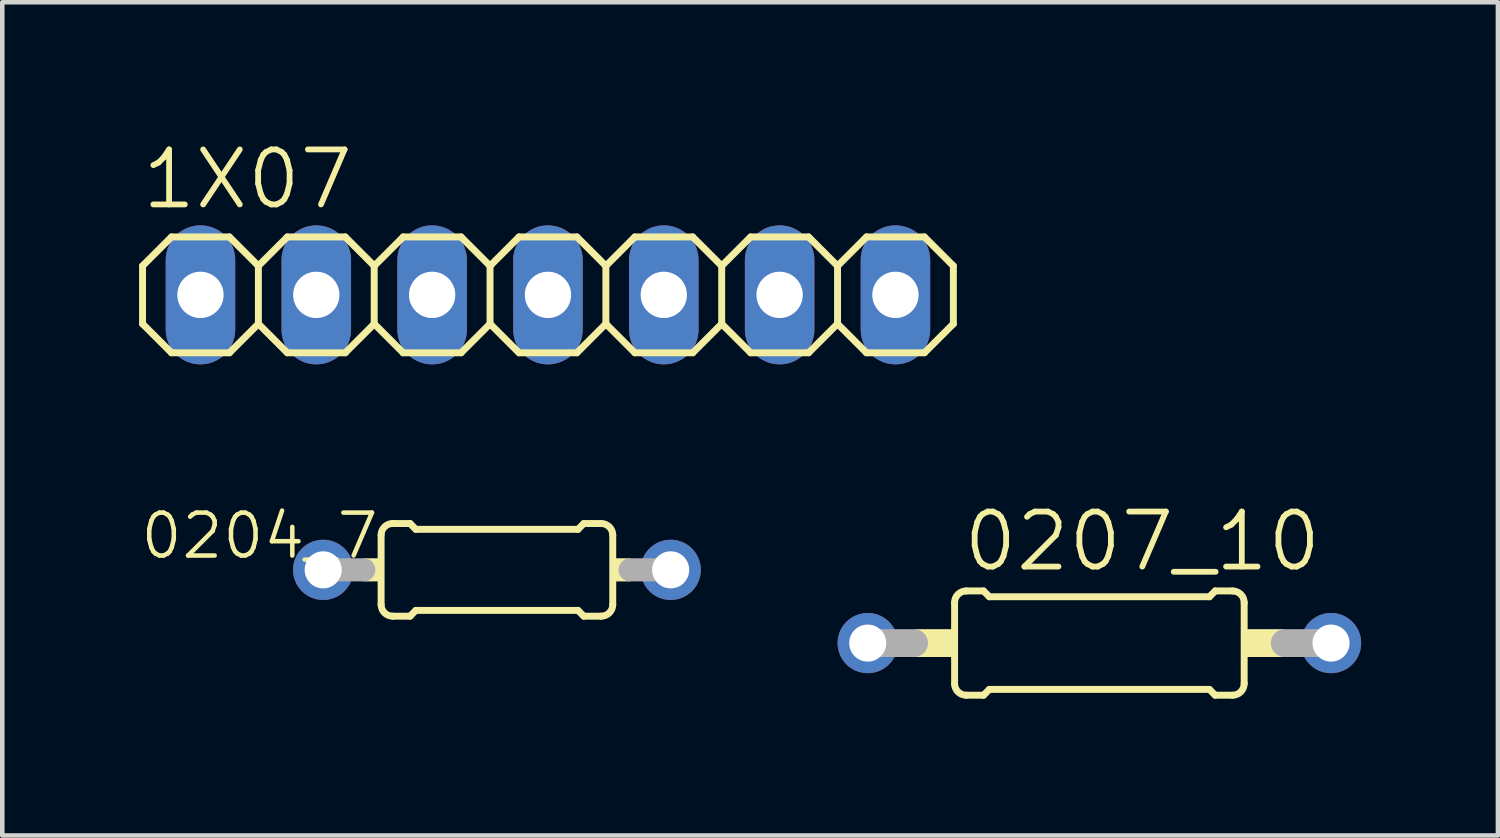
<source format=kicad_pcb>
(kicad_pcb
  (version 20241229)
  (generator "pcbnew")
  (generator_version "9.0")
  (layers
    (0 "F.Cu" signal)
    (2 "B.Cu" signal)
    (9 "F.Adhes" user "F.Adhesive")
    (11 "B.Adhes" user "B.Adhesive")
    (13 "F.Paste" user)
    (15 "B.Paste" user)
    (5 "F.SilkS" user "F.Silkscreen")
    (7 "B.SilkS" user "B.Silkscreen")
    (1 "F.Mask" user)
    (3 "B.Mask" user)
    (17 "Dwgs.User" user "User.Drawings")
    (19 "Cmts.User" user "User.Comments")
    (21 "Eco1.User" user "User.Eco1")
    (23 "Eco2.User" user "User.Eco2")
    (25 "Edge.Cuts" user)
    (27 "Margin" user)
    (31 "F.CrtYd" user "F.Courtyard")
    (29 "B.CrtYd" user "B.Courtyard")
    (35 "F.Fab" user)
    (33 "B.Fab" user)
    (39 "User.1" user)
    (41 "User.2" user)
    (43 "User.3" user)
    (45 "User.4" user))
  (footprint "1X07"
    (layer "F.Cu")
    (at 8.966 3.416)
    (property "Reference" "1X07" (at -8.966 -1.829 0) (layer "F.SilkS") (effects (font (size 1.206 1.206) (thickness 0.127)) (justify left bottom)))
    (attr through_hole)
    (fp_line (start -8.89 -0.635) (end -8.89 0.635) (stroke (width 0.152) (type solid)) (layer "F.SilkS"))
    (fp_line (start -8.89 0.635) (end -8.255 1.27) (stroke (width 0.152) (type solid)) (layer "F.SilkS"))
    (fp_line (start -8.255 -1.27) (end -8.89 -0.635) (stroke (width 0.152) (type solid)) (layer "F.SilkS"))
    (fp_line (start -8.255 -1.27) (end -6.985 -1.27) (stroke (width 0.152) (type solid)) (layer "F.SilkS"))
    (fp_line (start -6.985 -1.27) (end -6.35 -0.635) (stroke (width 0.152) (type solid)) (layer "F.SilkS"))
    (fp_line (start -6.985 1.27) (end -8.255 1.27) (stroke (width 0.152) (type solid)) (layer "F.SilkS"))
    (fp_line (start -6.35 -0.635) (end -6.35 0.635) (stroke (width 0.152) (type solid)) (layer "F.SilkS"))
    (fp_line (start -6.35 -0.635) (end -5.715 -1.27) (stroke (width 0.152) (type solid)) (layer "F.SilkS"))
    (fp_line (start -6.35 0.635) (end -6.985 1.27) (stroke (width 0.152) (type solid)) (layer "F.SilkS"))
    (fp_line (start -5.715 -1.27) (end -4.445 -1.27) (stroke (width 0.152) (type solid)) (layer "F.SilkS"))
    (fp_line (start -5.715 1.27) (end -6.35 0.635) (stroke (width 0.152) (type solid)) (layer "F.SilkS"))
    (fp_line (start -4.445 -1.27) (end -3.81 -0.635) (stroke (width 0.152) (type solid)) (layer "F.SilkS"))
    (fp_line (start -4.445 1.27) (end -5.715 1.27) (stroke (width 0.152) (type solid)) (layer "F.SilkS"))
    (fp_line (start -3.81 -0.635) (end -3.81 0.635) (stroke (width 0.152) (type solid)) (layer "F.SilkS"))
    (fp_line (start -3.81 -0.635) (end -3.175 -1.27) (stroke (width 0.152) (type solid)) (layer "F.SilkS"))
    (fp_line (start -3.81 0.635) (end -4.445 1.27) (stroke (width 0.152) (type solid)) (layer "F.SilkS"))
    (fp_line (start -3.175 -1.27) (end -1.905 -1.27) (stroke (width 0.152) (type solid)) (layer "F.SilkS"))
    (fp_line (start -3.175 1.27) (end -3.81 0.635) (stroke (width 0.152) (type solid)) (layer "F.SilkS"))
    (fp_line (start -1.905 -1.27) (end -1.27 -0.635) (stroke (width 0.152) (type solid)) (layer "F.SilkS"))
    (fp_line (start -1.905 1.27) (end -3.175 1.27) (stroke (width 0.152) (type solid)) (layer "F.SilkS"))
    (fp_line (start -1.27 -0.635) (end -1.27 0.635) (stroke (width 0.152) (type solid)) (layer "F.SilkS"))
    (fp_line (start -1.27 0.635) (end -1.905 1.27) (stroke (width 0.152) (type solid)) (layer "F.SilkS"))
    (fp_line (start -1.27 0.635) (end -0.635 1.27) (stroke (width 0.152) (type solid)) (layer "F.SilkS"))
    (fp_line (start -0.635 -1.27) (end -1.27 -0.635) (stroke (width 0.152) (type solid)) (layer "F.SilkS"))
    (fp_line (start -0.635 -1.27) (end 0.635 -1.27) (stroke (width 0.152) (type solid)) (layer "F.SilkS"))
    (fp_line (start 0.635 -1.27) (end 1.27 -0.635) (stroke (width 0.152) (type solid)) (layer "F.SilkS"))
    (fp_line (start 0.635 1.27) (end -0.635 1.27) (stroke (width 0.152) (type solid)) (layer "F.SilkS"))
    (fp_line (start 1.27 -0.635) (end 1.27 0.635) (stroke (width 0.152) (type solid)) (layer "F.SilkS"))
    (fp_line (start 1.27 -0.635) (end 1.905 -1.27) (stroke (width 0.152) (type solid)) (layer "F.SilkS"))
    (fp_line (start 1.27 0.635) (end 0.635 1.27) (stroke (width 0.152) (type solid)) (layer "F.SilkS"))
    (fp_line (start 1.905 -1.27) (end 3.175 -1.27) (stroke (width 0.152) (type solid)) (layer "F.SilkS"))
    (fp_line (start 1.905 1.27) (end 1.27 0.635) (stroke (width 0.152) (type solid)) (layer "F.SilkS"))
    (fp_line (start 3.175 -1.27) (end 3.81 -0.635) (stroke (width 0.152) (type solid)) (layer "F.SilkS"))
    (fp_line (start 3.175 1.27) (end 1.905 1.27) (stroke (width 0.152) (type solid)) (layer "F.SilkS"))
    (fp_line (start 3.81 -0.635) (end 3.81 0.635) (stroke (width 0.152) (type solid)) (layer "F.SilkS"))
    (fp_line (start 3.81 -0.635) (end 4.445 -1.27) (stroke (width 0.152) (type solid)) (layer "F.SilkS"))
    (fp_line (start 3.81 0.635) (end 3.175 1.27) (stroke (width 0.152) (type solid)) (layer "F.SilkS"))
    (fp_line (start 4.445 -1.27) (end 5.715 -1.27) (stroke (width 0.152) (type solid)) (layer "F.SilkS"))
    (fp_line (start 4.445 1.27) (end 3.81 0.635) (stroke (width 0.152) (type solid)) (layer "F.SilkS"))
    (fp_line (start 5.715 -1.27) (end 6.35 -0.635) (stroke (width 0.152) (type solid)) (layer "F.SilkS"))
    (fp_line (start 5.715 1.27) (end 4.445 1.27) (stroke (width 0.152) (type solid)) (layer "F.SilkS"))
    (fp_line (start 6.35 -0.635) (end 6.35 0.635) (stroke (width 0.152) (type solid)) (layer "F.SilkS"))
    (fp_line (start 6.35 0.635) (end 5.715 1.27) (stroke (width 0.152) (type solid)) (layer "F.SilkS"))
    (fp_line (start 6.35 0.635) (end 6.985 1.27) (stroke (width 0.152) (type solid)) (layer "F.SilkS"))
    (fp_line (start 6.985 -1.27) (end 6.35 -0.635) (stroke (width 0.152) (type solid)) (layer "F.SilkS"))
    (fp_line (start 6.985 -1.27) (end 8.255 -1.27) (stroke (width 0.152) (type solid)) (layer "F.SilkS"))
    (fp_line (start 8.255 -1.27) (end 8.89 -0.635) (stroke (width 0.152) (type solid)) (layer "F.SilkS"))
    (fp_line (start 8.255 1.27) (end 6.985 1.27) (stroke (width 0.152) (type solid)) (layer "F.SilkS"))
    (fp_line (start 8.89 -0.635) (end 8.89 0.635) (stroke (width 0.152) (type solid)) (layer "F.SilkS"))
    (fp_line (start 8.89 0.635) (end 8.255 1.27) (stroke (width 0.152) (type solid)) (layer "F.SilkS"))
    (fp_poly (pts (xy -7.874 0.254) (xy -7.366 0.254) (xy -7.366 -0.254) (xy -7.874 -0.254)) (stroke (width 0.1) (type solid)) (fill no) (layer "F.Fab"))
    (fp_poly (pts (xy -5.334 0.254) (xy -4.826 0.254) (xy -4.826 -0.254) (xy -5.334 -0.254)) (stroke (width 0.1) (type solid)) (fill no) (layer "F.Fab"))
    (fp_poly (pts (xy -2.794 0.254) (xy -2.286 0.254) (xy -2.286 -0.254) (xy -2.794 -0.254)) (stroke (width 0.1) (type solid)) (fill no) (layer "F.Fab"))
    (fp_poly (pts (xy -0.254 0.254) (xy 0.254 0.254) (xy 0.254 -0.254) (xy -0.254 -0.254)) (stroke (width 0.1) (type solid)) (fill no) (layer "F.Fab"))
    (fp_poly (pts (xy 2.286 0.254) (xy 2.794 0.254) (xy 2.794 -0.254) (xy 2.286 -0.254)) (stroke (width 0.1) (type solid)) (fill no) (layer "F.Fab"))
    (fp_poly (pts (xy 4.826 0.254) (xy 5.334 0.254) (xy 5.334 -0.254) (xy 4.826 -0.254)) (stroke (width 0.1) (type solid)) (fill no) (layer "F.Fab"))
    (fp_poly (pts (xy 7.366 0.254) (xy 7.874 0.254) (xy 7.874 -0.254) (xy 7.366 -0.254)) (stroke (width 0.1) (type solid)) (fill no) (layer "F.Fab"))
    (pad "1" thru_hole oval (at -7.62 0 90) (size 3.048 1.524) (drill 1.016) (layers "*.Cu" "*.Mask"))
    (pad "2" thru_hole oval (at -5.08 0 90) (size 3.048 1.524) (drill 1.016) (layers "*.Cu" "*.Mask"))
    (pad "3" thru_hole oval (at -2.54 0 90) (size 3.048 1.524) (drill 1.016) (layers "*.Cu" "*.Mask"))
    (pad "4" thru_hole oval (at 0 0 90) (size 3.048 1.524) (drill 1.016) (layers "*.Cu" "*.Mask"))
    (pad "5" thru_hole oval (at 2.54 0 90) (size 3.048 1.524) (drill 1.016) (layers "*.Cu" "*.Mask"))
    (pad "6" thru_hole oval (at 5.08 0 90) (size 3.048 1.524) (drill 1.016) (layers "*.Cu" "*.Mask"))
    (pad "7" thru_hole oval (at 7.62 0 90) (size 3.048 1.524) (drill 1.016) (layers "*.Cu" "*.Mask")))
  (footprint "0204_7"
    (layer "F.Cu")
    (at 7.847 9.446)
    (property "Reference" "0204_7" (at -2.54 -1.295 0) (layer "F.SilkS") (effects (font (size 0.941 0.941) (thickness 0.099)) (justify right top)))
    (attr through_hole)
    (fp_line (start -2.54 0.762) (end -2.54 -0.762) (stroke (width 0.152) (type solid)) (layer "F.SilkS"))
    (fp_line (start -2.286 -1.016) (end -1.905 -1.016) (stroke (width 0.152) (type solid)) (layer "F.SilkS"))
    (fp_line (start -2.286 1.016) (end -1.905 1.016) (stroke (width 0.152) (type solid)) (layer "F.SilkS"))
    (fp_line (start -1.778 -0.889) (end -1.905 -1.016) (stroke (width 0.152) (type solid)) (layer "F.SilkS"))
    (fp_line (start -1.778 0.889) (end -1.905 1.016) (stroke (width 0.152) (type solid)) (layer "F.SilkS"))
    (fp_line (start 1.778 -0.889) (end -1.778 -0.889) (stroke (width 0.152) (type solid)) (layer "F.SilkS"))
    (fp_line (start 1.778 -0.889) (end 1.905 -1.016) (stroke (width 0.152) (type solid)) (layer "F.SilkS"))
    (fp_line (start 1.778 0.889) (end -1.778 0.889) (stroke (width 0.152) (type solid)) (layer "F.SilkS"))
    (fp_line (start 1.778 0.889) (end 1.905 1.016) (stroke (width 0.152) (type solid)) (layer "F.SilkS"))
    (fp_line (start 2.286 -1.016) (end 1.905 -1.016) (stroke (width 0.152) (type solid)) (layer "F.SilkS"))
    (fp_line (start 2.286 1.016) (end 1.905 1.016) (stroke (width 0.152) (type solid)) (layer "F.SilkS"))
    (fp_line (start 2.54 0.762) (end 2.54 -0.762) (stroke (width 0.152) (type solid)) (layer "F.SilkS"))
    (fp_arc (start -2.54 -0.762) (mid -2.465605 -0.941605) (end -2.286 -1.016) (stroke (width 0.1524) (type solid)) (layer "F.SilkS"))
    (fp_arc (start -2.286 1.016) (mid -2.465605 0.941605) (end -2.54 0.762) (stroke (width 0.1524) (type solid)) (layer "F.SilkS"))
    (fp_arc (start 2.286 -1.016) (mid 2.465605 -0.941605) (end 2.54 -0.762) (stroke (width 0.1524) (type solid)) (layer "F.SilkS"))
    (fp_arc (start 2.54 0.762) (mid 2.465605 0.941605) (end 2.286 1.016) (stroke (width 0.1524) (type solid)) (layer "F.SilkS"))
    (fp_poly (pts (xy -2.921 0.254) (xy -2.54 0.254) (xy -2.54 -0.254) (xy -2.921 -0.254)) (stroke (width 0) (type solid)) (fill yes) (layer "F.SilkS"))
    (fp_poly (pts (xy 2.54 0.254) (xy 2.921 0.254) (xy 2.921 -0.254) (xy 2.54 -0.254)) (stroke (width 0) (type solid)) (fill yes) (layer "F.SilkS"))
    (fp_line (start -3.81 0) (end -2.921 0) (stroke (width 0.508) (type solid)) (layer "F.Fab"))
    (fp_line (start 3.81 0) (end 2.921 0) (stroke (width 0.508) (type solid)) (layer "F.Fab"))
    (pad "1" thru_hole circle (at -3.81 0) (size 1.321 1.321) (drill 0.813) (layers "*.Cu" "*.Mask"))
    (pad "2" thru_hole circle (at 3.81 0) (size 1.321 1.321) (drill 0.813) (layers "*.Cu" "*.Mask")))
  (footprint "0207_10"
    (layer "F.Cu")
    (at 21.058 11.052)
    (property "Reference" "0207_10" (at -3.048 -1.524 0) (layer "F.SilkS") (effects (font (size 1.206 1.206) (thickness 0.127)) (justify left bottom)))
    (attr through_hole)
    (fp_line (start -3.175 0.889) (end -3.175 -0.889) (stroke (width 0.152) (type solid)) (layer "F.SilkS"))
    (fp_line (start -2.921 -1.143) (end -2.54 -1.143) (stroke (width 0.152) (type solid)) (layer "F.SilkS"))
    (fp_line (start -2.921 1.143) (end -2.54 1.143) (stroke (width 0.152) (type solid)) (layer "F.SilkS"))
    (fp_line (start -2.413 -1.016) (end -2.54 -1.143) (stroke (width 0.152) (type solid)) (layer "F.SilkS"))
    (fp_line (start -2.413 1.016) (end -2.54 1.143) (stroke (width 0.152) (type solid)) (layer "F.SilkS"))
    (fp_line (start 2.413 -1.016) (end -2.413 -1.016) (stroke (width 0.152) (type solid)) (layer "F.SilkS"))
    (fp_line (start 2.413 -1.016) (end 2.54 -1.143) (stroke (width 0.152) (type solid)) (layer "F.SilkS"))
    (fp_line (start 2.413 1.016) (end -2.413 1.016) (stroke (width 0.152) (type solid)) (layer "F.SilkS"))
    (fp_line (start 2.413 1.016) (end 2.54 1.143) (stroke (width 0.152) (type solid)) (layer "F.SilkS"))
    (fp_line (start 2.921 -1.143) (end 2.54 -1.143) (stroke (width 0.152) (type solid)) (layer "F.SilkS"))
    (fp_line (start 2.921 1.143) (end 2.54 1.143) (stroke (width 0.152) (type solid)) (layer "F.SilkS"))
    (fp_line (start 3.175 0.889) (end 3.175 -0.889) (stroke (width 0.152) (type solid)) (layer "F.SilkS"))
    (fp_arc (start -3.175 -0.889) (mid -3.100605 -1.068605) (end -2.921 -1.143) (stroke (width 0.1524) (type solid)) (layer "F.SilkS"))
    (fp_arc (start -2.921 1.143) (mid -3.100605 1.068605) (end -3.175 0.889) (stroke (width 0.1524) (type solid)) (layer "F.SilkS"))
    (fp_arc (start 2.921 -1.143) (mid 3.100605 -1.068605) (end 3.175 -0.889) (stroke (width 0.1524) (type solid)) (layer "F.SilkS"))
    (fp_arc (start 3.175 0.889) (mid 3.100605 1.068605) (end 2.921 1.143) (stroke (width 0.1524) (type solid)) (layer "F.SilkS"))
    (fp_poly (pts (xy -4.039 0.305) (xy -3.175 0.305) (xy -3.175 -0.305) (xy -4.039 -0.305)) (stroke (width 0) (type solid)) (fill yes) (layer "F.SilkS"))
    (fp_poly (pts (xy 3.175 0.305) (xy 4.039 0.305) (xy 4.039 -0.305) (xy 3.175 -0.305)) (stroke (width 0) (type solid)) (fill yes) (layer "F.SilkS"))
    (fp_line (start -5.08 0) (end -4.064 0) (stroke (width 0.61) (type solid)) (layer "F.Fab"))
    (fp_line (start 5.08 0) (end 4.064 0) (stroke (width 0.61) (type solid)) (layer "F.Fab"))
    (pad "1" thru_hole circle (at -5.08 0) (size 1.321 1.321) (drill 0.813) (layers "*.Cu" "*.Mask"))
    (pad "2" thru_hole circle (at 5.08 0) (size 1.321 1.321) (drill 0.813) (layers "*.Cu" "*.Mask")))
  (gr_rect
    (start -3 -3)
    (end 29.798 15.271)
    (stroke (width 0.1) (type default))
    (fill no)
    (layer "Edge.Cuts")))
</source>
